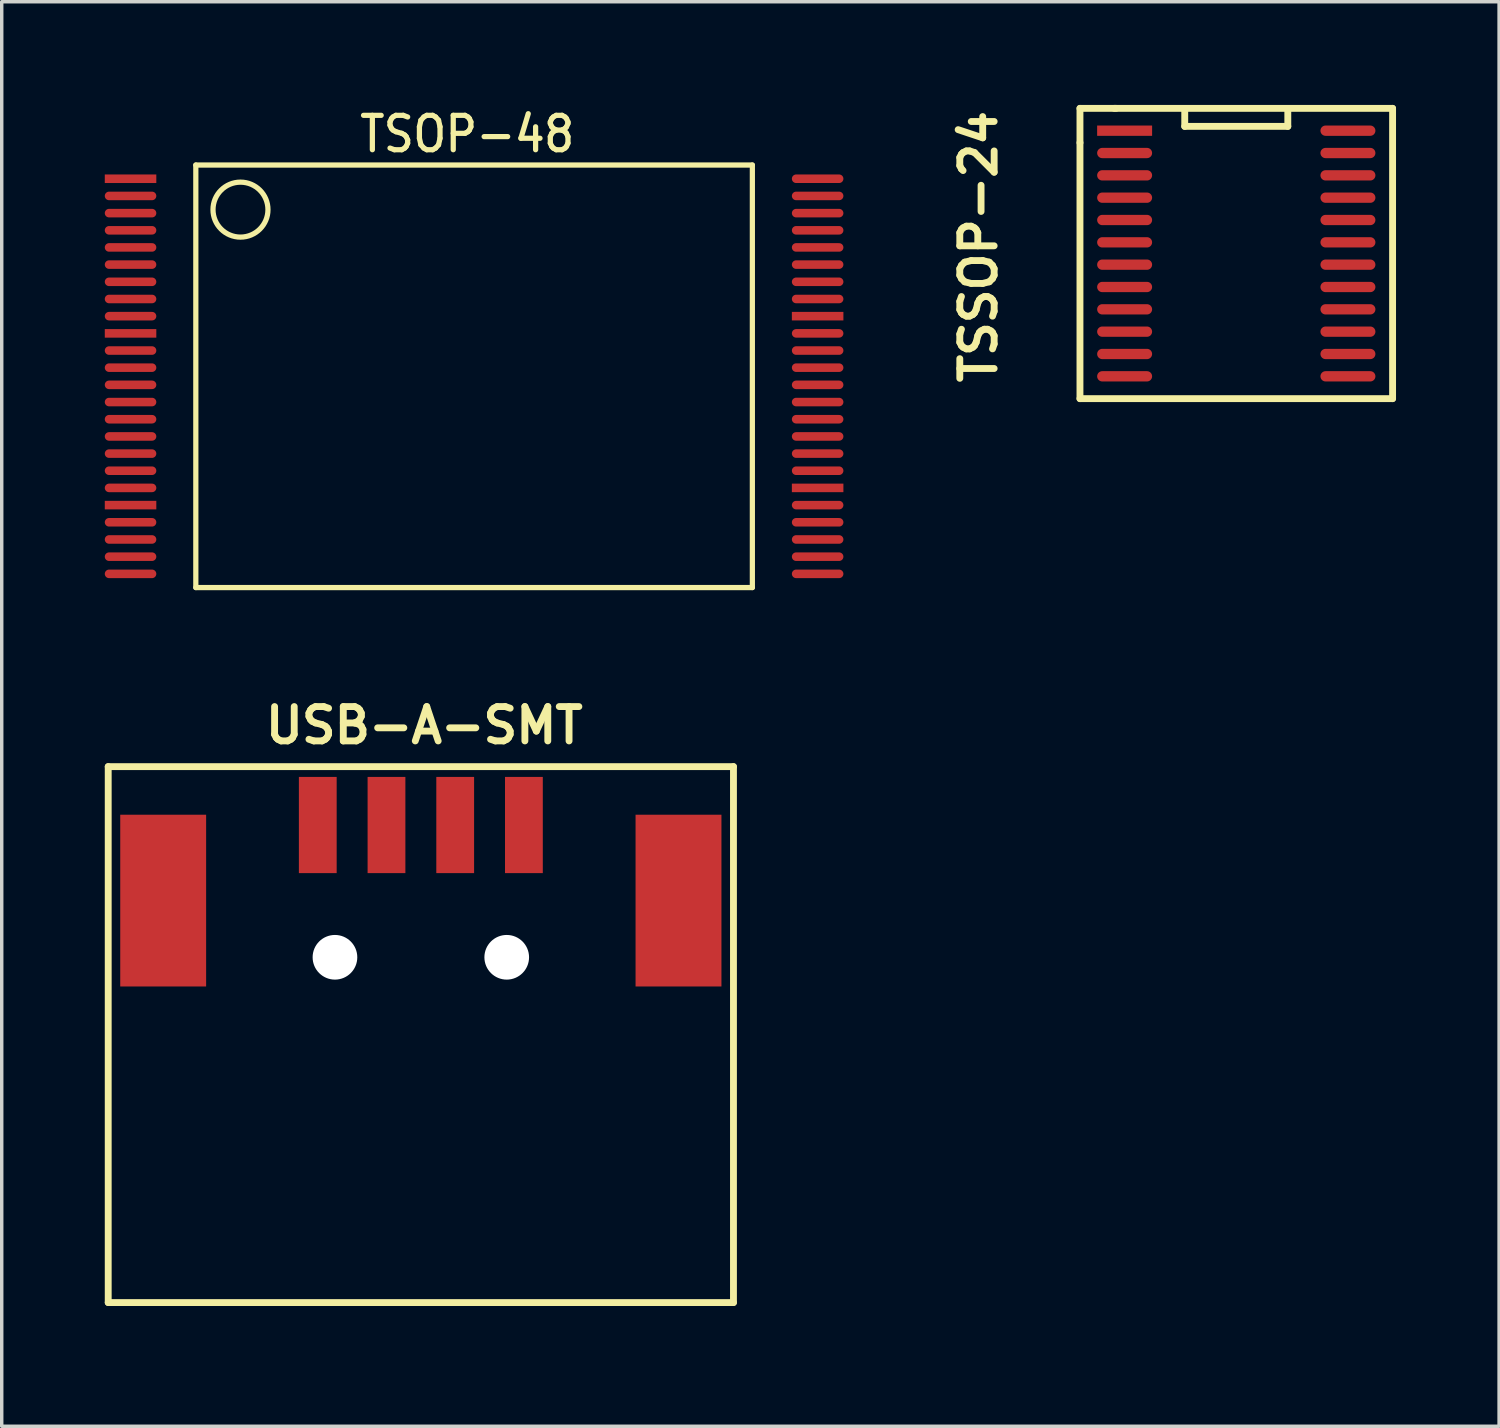
<source format=kicad_pcb>
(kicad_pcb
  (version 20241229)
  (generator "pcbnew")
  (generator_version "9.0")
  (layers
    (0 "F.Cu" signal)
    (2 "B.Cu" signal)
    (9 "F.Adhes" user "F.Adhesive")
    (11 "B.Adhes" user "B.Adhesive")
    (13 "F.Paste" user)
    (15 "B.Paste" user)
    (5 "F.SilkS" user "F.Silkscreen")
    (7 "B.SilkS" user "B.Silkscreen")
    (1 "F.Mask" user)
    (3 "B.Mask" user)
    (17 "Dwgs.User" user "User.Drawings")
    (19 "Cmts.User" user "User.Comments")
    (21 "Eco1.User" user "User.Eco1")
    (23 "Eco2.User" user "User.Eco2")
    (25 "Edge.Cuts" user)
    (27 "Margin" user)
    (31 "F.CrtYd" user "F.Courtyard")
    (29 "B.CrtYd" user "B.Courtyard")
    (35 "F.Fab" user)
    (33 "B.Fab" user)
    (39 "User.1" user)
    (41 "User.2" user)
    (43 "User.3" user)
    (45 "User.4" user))
  (footprint "TSSOP-24"
    (layer "F.Cu")
    (at 32.936 4.329)
    (property "Reference" "TSSOP-24" (at -7.5 -0.2 90) (layer "F.SilkS") (effects (font (size 1 1) (thickness 0.2))))
    (attr through_hole)
    (fp_line (start -4.55 -4.225) (end -4.55 -3.225) (stroke (width 0.2) (type solid)) (layer "F.SilkS"))
    (fp_line (start -4.55 -3.225) (end -4.55 4.225) (stroke (width 0.2) (type solid)) (layer "F.SilkS"))
    (fp_line (start -4.55 4.225) (end 4.55 4.225) (stroke (width 0.2) (type solid)) (layer "F.SilkS"))
    (fp_line (start -3.5 -4.225) (end -4.55 -4.225) (stroke (width 0.2) (type solid)) (layer "F.SilkS"))
    (fp_line (start -1.5 -4.2) (end -1.5 -3.7) (stroke (width 0.2) (type solid)) (layer "F.SilkS"))
    (fp_line (start -1.5 -3.7) (end 1.5 -3.7) (stroke (width 0.2) (type solid)) (layer "F.SilkS"))
    (fp_line (start 1.5 -4.2) (end 1.5 -3.7) (stroke (width 0.2) (type solid)) (layer "F.SilkS"))
    (fp_line (start 4.55 -4.225) (end -3.55 -4.225) (stroke (width 0.2) (type solid)) (layer "F.SilkS"))
    (fp_line (start 4.55 4.225) (end 4.55 -4.225) (stroke (width 0.2) (type solid)) (layer "F.SilkS"))
    (pad "1" smd rect (at -3.25 -3.575) (size 1.6 0.3) (layers "F.Cu" "F.Mask" "F.Paste"))
    (pad "2" smd oval (at -3.25 -2.925) (size 1.6 0.3) (layers "F.Cu" "F.Mask" "F.Paste"))
    (pad "3" smd oval (at -3.25 -2.275) (size 1.6 0.3) (layers "F.Cu" "F.Mask" "F.Paste"))
    (pad "4" smd oval (at -3.25 -1.625) (size 1.6 0.3) (layers "F.Cu" "F.Mask" "F.Paste"))
    (pad "5" smd oval (at -3.25 -0.975) (size 1.6 0.3) (layers "F.Cu" "F.Mask" "F.Paste"))
    (pad "6" smd oval (at -3.25 -0.325) (size 1.6 0.3) (layers "F.Cu" "F.Mask" "F.Paste"))
    (pad "7" smd oval (at -3.25 0.325) (size 1.6 0.3) (layers "F.Cu" "F.Mask" "F.Paste"))
    (pad "8" smd oval (at -3.25 0.975) (size 1.6 0.3) (layers "F.Cu" "F.Mask" "F.Paste"))
    (pad "9" smd oval (at -3.25 1.625) (size 1.6 0.3) (layers "F.Cu" "F.Mask" "F.Paste"))
    (pad "10" smd oval (at -3.25 2.275) (size 1.6 0.3) (layers "F.Cu" "F.Mask" "F.Paste"))
    (pad "11" smd oval (at -3.25 2.925) (size 1.6 0.3) (layers "F.Cu" "F.Mask" "F.Paste"))
    (pad "12" smd oval (at -3.25 3.575) (size 1.6 0.3) (layers "F.Cu" "F.Mask" "F.Paste"))
    (pad "13" smd oval (at 3.25 3.575) (size 1.6 0.3) (layers "F.Cu" "F.Mask" "F.Paste"))
    (pad "14" smd oval (at 3.25 2.925) (size 1.6 0.3) (layers "F.Cu" "F.Mask" "F.Paste"))
    (pad "15" smd oval (at 3.25 2.275) (size 1.6 0.3) (layers "F.Cu" "F.Mask" "F.Paste"))
    (pad "16" smd oval (at 3.25 1.625) (size 1.6 0.3) (layers "F.Cu" "F.Mask" "F.Paste"))
    (pad "17" smd oval (at 3.25 0.975) (size 1.6 0.3) (layers "F.Cu" "F.Mask" "F.Paste"))
    (pad "18" smd oval (at 3.25 0.325) (size 1.6 0.3) (layers "F.Cu" "F.Mask" "F.Paste"))
    (pad "19" smd oval (at 3.25 -0.325) (size 1.6 0.3) (layers "F.Cu" "F.Mask" "F.Paste"))
    (pad "20" smd oval (at 3.25 -0.975) (size 1.6 0.3) (layers "F.Cu" "F.Mask" "F.Paste"))
    (pad "21" smd oval (at 3.25 -1.625) (size 1.6 0.3) (layers "F.Cu" "F.Mask" "F.Paste"))
    (pad "22" smd oval (at 3.25 -2.275) (size 1.6 0.3) (layers "F.Cu" "F.Mask" "F.Paste"))
    (pad "23" smd oval (at 3.25 -2.925) (size 1.6 0.3) (layers "F.Cu" "F.Mask" "F.Paste"))
    (pad "24" smd oval (at 3.25 -3.575) (size 1.6 0.3) (layers "F.Cu" "F.Mask" "F.Paste")))
  (footprint "TSOP-48"
    (layer "F.Cu")
    (at 0.75 2.153)
    (property "Reference" "TSOP-48" (at 9.8 -1.3 0) (layer "F.SilkS") (effects (font (size 1.001 0.899) (thickness 0.152))))
    (attr through_hole)
    (fp_line (start 1.9 -0.399) (end 1.9 11.9) (stroke (width 0.152) (type solid)) (layer "F.SilkS"))
    (fp_line (start 1.9 11.9) (end 18.1 11.9) (stroke (width 0.152) (type solid)) (layer "F.SilkS"))
    (fp_line (start 18.1 -0.399) (end 1.9 -0.399) (stroke (width 0.152) (type solid)) (layer "F.SilkS"))
    (fp_line (start 18.1 -0.399) (end 18.1 11.9) (stroke (width 0.152) (type solid)) (layer "F.SilkS"))
    (fp_circle (center 3.2 0.899) (end 4 0.899) (stroke (width 0.152) (type solid)) (fill no) (layer "F.SilkS"))
    (pad "1" smd rect (at 0 0) (size 1.5 0.249) (layers "F.Cu" "F.Mask" "F.Paste"))
    (pad "2" smd oval (at 0 0.5) (size 1.5 0.249) (layers "F.Cu" "F.Mask" "F.Paste"))
    (pad "3" smd oval (at 0 1.001) (size 1.5 0.249) (layers "F.Cu" "F.Mask" "F.Paste"))
    (pad "4" smd oval (at 0 1.501) (size 1.5 0.249) (layers "F.Cu" "F.Mask" "F.Paste"))
    (pad "5" smd oval (at 0 1.999) (size 1.5 0.249) (layers "F.Cu" "F.Mask" "F.Paste"))
    (pad "6" smd oval (at 0 2.499) (size 1.5 0.249) (layers "F.Cu" "F.Mask" "F.Paste"))
    (pad "7" smd oval (at 0 3) (size 1.5 0.249) (layers "F.Cu" "F.Mask" "F.Paste"))
    (pad "8" smd oval (at 0 3.5) (size 1.5 0.249) (layers "F.Cu" "F.Mask" "F.Paste"))
    (pad "9" smd oval (at 0 4) (size 1.5 0.249) (layers "F.Cu" "F.Mask" "F.Paste"))
    (pad "10" smd rect (at 0 4.501) (size 1.5 0.249) (layers "F.Cu" "F.Mask" "F.Paste"))
    (pad "11" smd oval (at 0 5.001) (size 1.5 0.249) (layers "F.Cu" "F.Mask" "F.Paste"))
    (pad "12" smd oval (at 0 5.499) (size 1.5 0.249) (layers "F.Cu" "F.Mask" "F.Paste"))
    (pad "13" smd oval (at 0 5.999) (size 1.5 0.249) (layers "F.Cu" "F.Mask" "F.Paste"))
    (pad "14" smd oval (at 0 6.5) (size 1.5 0.249) (layers "F.Cu" "F.Mask" "F.Paste"))
    (pad "15" smd oval (at 0 7) (size 1.5 0.249) (layers "F.Cu" "F.Mask" "F.Paste"))
    (pad "16" smd oval (at 0 7.501) (size 1.5 0.249) (layers "F.Cu" "F.Mask" "F.Paste"))
    (pad "17" smd oval (at 0 8.001) (size 1.5 0.249) (layers "F.Cu" "F.Mask" "F.Paste"))
    (pad "18" smd oval (at 0 8.499) (size 1.5 0.249) (layers "F.Cu" "F.Mask" "F.Paste"))
    (pad "19" smd oval (at 0 8.999) (size 1.5 0.249) (layers "F.Cu" "F.Mask" "F.Paste"))
    (pad "20" smd rect (at 0 9.5) (size 1.5 0.249) (layers "F.Cu" "F.Mask" "F.Paste"))
    (pad "21" smd oval (at 0 10) (size 1.5 0.249) (layers "F.Cu" "F.Mask" "F.Paste"))
    (pad "22" smd oval (at 0 10.5) (size 1.5 0.249) (layers "F.Cu" "F.Mask" "F.Paste"))
    (pad "23" smd oval (at 0 11.001) (size 1.5 0.249) (layers "F.Cu" "F.Mask" "F.Paste"))
    (pad "24" smd oval (at 0 11.501) (size 1.5 0.249) (layers "F.Cu" "F.Mask" "F.Paste"))
    (pad "25" smd oval (at 20 11.501) (size 1.5 0.249) (layers "F.Cu" "F.Mask" "F.Paste"))
    (pad "26" smd oval (at 20 11.001) (size 1.5 0.249) (layers "F.Cu" "F.Mask" "F.Paste"))
    (pad "27" smd oval (at 20 10.5) (size 1.5 0.249) (layers "F.Cu" "F.Mask" "F.Paste"))
    (pad "28" smd oval (at 20 10) (size 1.5 0.249) (layers "F.Cu" "F.Mask" "F.Paste"))
    (pad "29" smd oval (at 20 9.5) (size 1.5 0.249) (layers "F.Cu" "F.Mask" "F.Paste"))
    (pad "30" smd rect (at 20 8.999) (size 1.5 0.249) (layers "F.Cu" "F.Mask" "F.Paste"))
    (pad "31" smd oval (at 20 8.499) (size 1.5 0.249) (layers "F.Cu" "F.Mask" "F.Paste"))
    (pad "32" smd oval (at 20 8.001) (size 1.5 0.249) (layers "F.Cu" "F.Mask" "F.Paste"))
    (pad "33" smd oval (at 20 7.501) (size 1.5 0.249) (layers "F.Cu" "F.Mask" "F.Paste"))
    (pad "34" smd oval (at 20 7) (size 1.5 0.249) (layers "F.Cu" "F.Mask" "F.Paste"))
    (pad "35" smd oval (at 20 6.5) (size 1.5 0.249) (layers "F.Cu" "F.Mask" "F.Paste"))
    (pad "36" smd oval (at 20 5.999) (size 1.5 0.249) (layers "F.Cu" "F.Mask" "F.Paste"))
    (pad "37" smd oval (at 20 5.499) (size 1.5 0.249) (layers "F.Cu" "F.Mask" "F.Paste"))
    (pad "38" smd oval (at 20 5.001) (size 1.5 0.249) (layers "F.Cu" "F.Mask" "F.Paste"))
    (pad "39" smd oval (at 20 4.501) (size 1.5 0.249) (layers "F.Cu" "F.Mask" "F.Paste"))
    (pad "40" smd rect (at 20 4) (size 1.5 0.249) (layers "F.Cu" "F.Mask" "F.Paste"))
    (pad "41" smd oval (at 20 3.5) (size 1.5 0.249) (layers "F.Cu" "F.Mask" "F.Paste"))
    (pad "42" smd oval (at 20 3) (size 1.5 0.249) (layers "F.Cu" "F.Mask" "F.Paste"))
    (pad "43" smd oval (at 20 2.499) (size 1.5 0.249) (layers "F.Cu" "F.Mask" "F.Paste"))
    (pad "44" smd oval (at 20 1.999) (size 1.5 0.249) (layers "F.Cu" "F.Mask" "F.Paste"))
    (pad "45" smd oval (at 20 1.501) (size 1.5 0.249) (layers "F.Cu" "F.Mask" "F.Paste"))
    (pad "46" smd oval (at 20 1.001) (size 1.5 0.249) (layers "F.Cu" "F.Mask" "F.Paste"))
    (pad "47" smd oval (at 20 0.5) (size 1.5 0.249) (layers "F.Cu" "F.Mask" "F.Paste"))
    (pad "48" smd oval (at 20 0) (size 1.5 0.249) (layers "F.Cu" "F.Mask" "F.Paste")))
  (footprint "USB-A-SMT"
    (layer "F.Cu")
    (at 9.2 20.965)
    (property "Reference" "USB-A-SMT" (at 0.1 -2.9 0) (layer "F.SilkS") (effects (font (size 1 1) (thickness 0.2))))
    (attr smd)
    (fp_line (start -9.1 -1.7) (end -9.1 13.9) (stroke (width 0.2) (type solid)) (layer "F.SilkS"))
    (fp_line (start -9.1 -1.7) (end 9.1 -1.7) (stroke (width 0.2) (type solid)) (layer "F.SilkS"))
    (fp_line (start 9.1 -1.7) (end 9.1 13.9) (stroke (width 0.2) (type solid)) (layer "F.SilkS"))
    (fp_line (start 9.1 13.9) (end -9.1 13.9) (stroke (width 0.2) (type solid)) (layer "F.SilkS"))
    (fp_line (start -7.7 0.1) (end 6.7 0.1) (stroke (width 0.001) (type solid)) (layer "F.Fab"))
    (fp_line (start -7.7 14.5) (end -7.7 0.1) (stroke (width 0.001) (type solid)) (layer "F.Fab"))
    (fp_line (start 6.7 0.1) (end 6.7 14.5) (stroke (width 0.001) (type solid)) (layer "F.Fab"))
    (fp_line (start 6.7 14.5) (end -7.7 14.5) (stroke (width 0.001) (type solid)) (layer "F.Fab"))
    (pad "" np_thru_hole circle (at -2.5 3.85) (size 1.3 1.3) (drill 1.3) (layers "*.Cu" "*.Mask"))
    (pad "" np_thru_hole circle (at 2.5 3.85) (size 1.3 1.3) (drill 1.3) (layers "*.Cu" "*.Mask"))
    (pad "1" smd rect (at -3 0) (size 1.1 2.8) (layers "F.Cu" "F.Mask" "F.Paste"))
    (pad "2" smd rect (at -1 0) (size 1.1 2.8) (layers "F.Cu" "F.Mask" "F.Paste"))
    (pad "3" smd rect (at 1 0) (size 1.1 2.8) (layers "F.Cu" "F.Mask" "F.Paste"))
    (pad "4" smd rect (at 3 0) (size 1.1 2.8) (layers "F.Cu" "F.Mask" "F.Paste"))
    (pad "5" smd rect (at -7.5 2.2) (size 2.5 5) (layers "F.Cu" "F.Mask" "F.Paste"))
    (pad "5" smd rect (at 7.5 2.2) (size 2.5 5) (layers "F.Cu" "F.Mask" "F.Paste")))
  (gr_rect
    (start -3 -3)
    (end 40.586 38.466)
    (stroke (width 0.1) (type default))
    (fill no)
    (layer "Edge.Cuts")))
</source>
